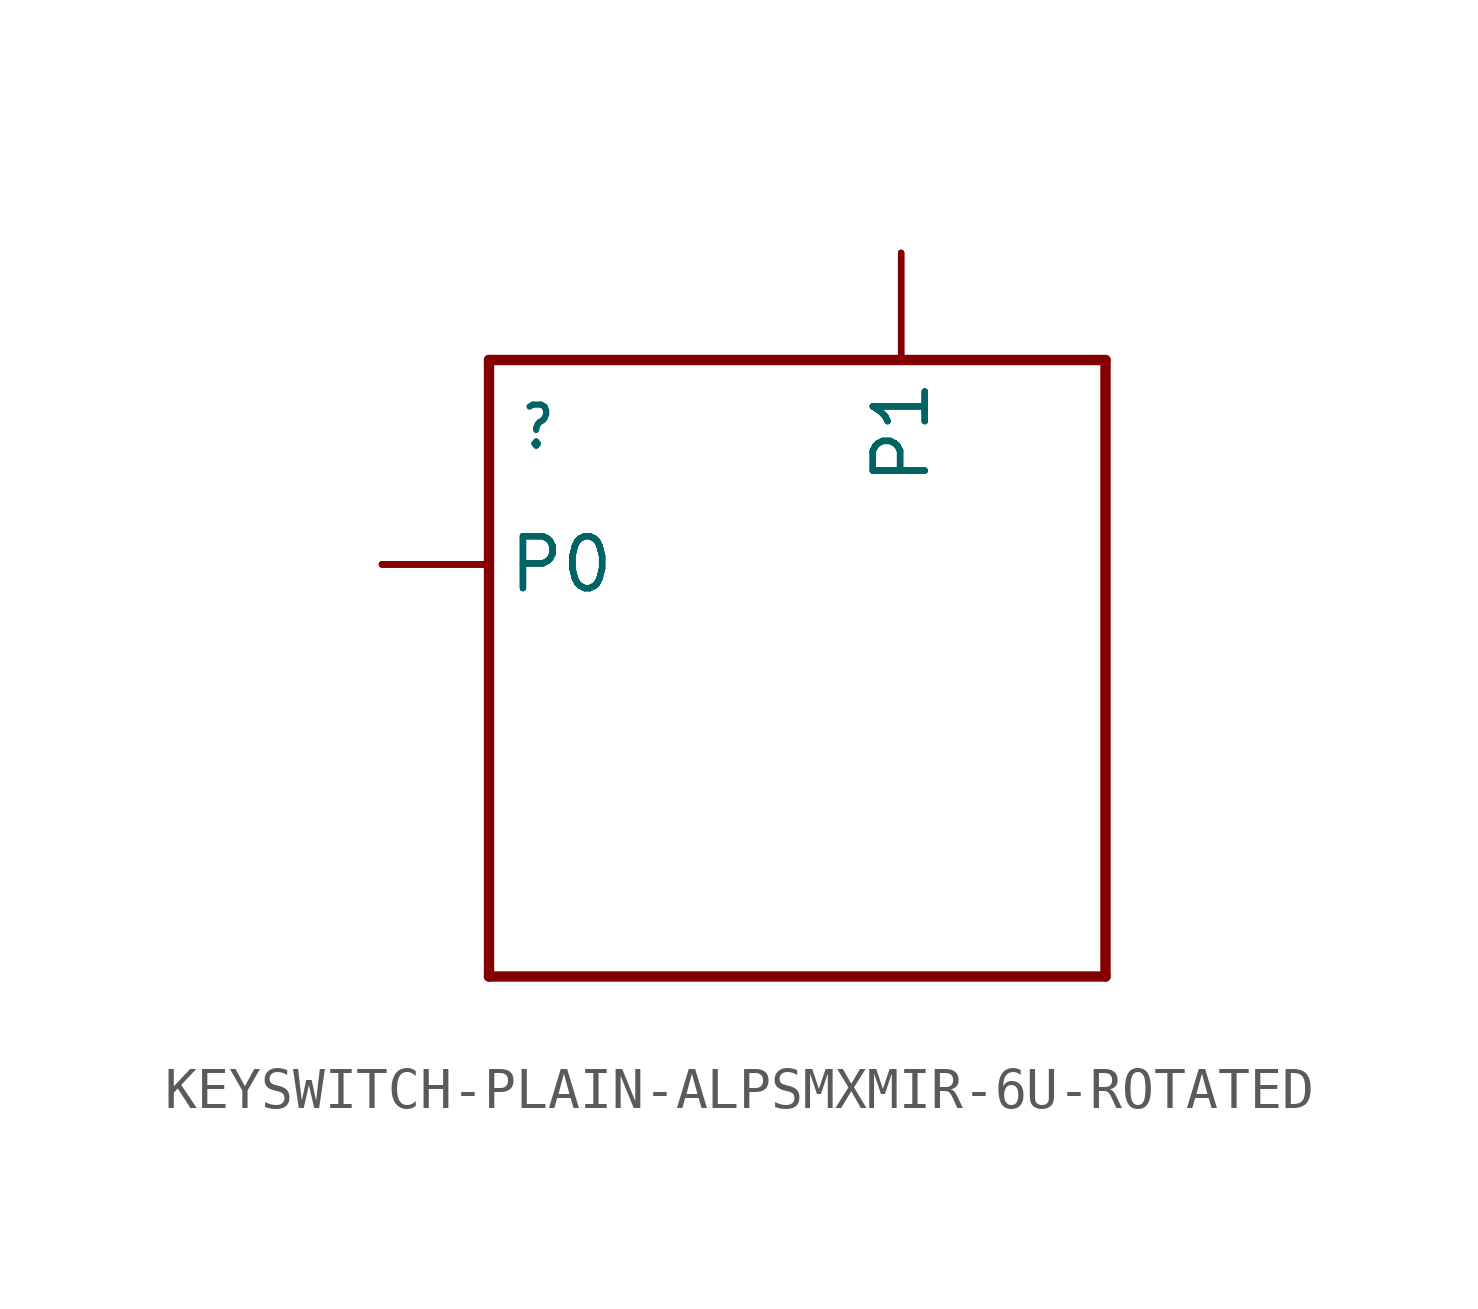
<source format=kicad_sym>
(kicad_symbol_lib
  (version 20211014)
  (generator kicad_symbol_editor)
  (symbol "KEYSWITCH-PLAIN-ALPSMXMIR-6U-ROTATED"
    (property "Reference" ""
      (at -6.81 5.318 0)
      (effects (font (size 1 0.85)) (justify left bottom)))
    (property "ki_locked" ""
      (at 0 0 0)
      (effects (font (size 1.27 1.27))))
    (symbol "KEYSWITCH-PLAIN-ALPSMXMIR-6U-ROTATED_1_0"
      (polyline (pts (xy -7.54 -7.54) (xy -7.54 7.54)) (stroke (width 0.254) (type default) (color 0 0 0 0)) (fill (type none)))
      (polyline (pts (xy -7.54 7.54) (xy 7.54 7.54)) (stroke (width 0.254) (type default) (color 0 0 0 0)) (fill (type none)))
      (polyline (pts (xy 7.54 -7.54) (xy -7.54 -7.54)) (stroke (width 0.254) (type default) (color 0 0 0 0)) (fill (type none)))
      (polyline (pts (xy 7.54 7.54) (xy 7.54 -7.54)) (stroke (width 0.254) (type default) (color 0 0 0 0)) (fill (type none)))
      (pin bidirectional line (at -10.16 2.54 0) (length 2.54) (name "P0" (effects (font (size 1.27 1.27)))) (number "ALPS1" (effects (font (size 0 0)))))
      (pin bidirectional line (at 2.54 10.16 270) (length 2.54) (name "P1" (effects (font (size 1.27 1.27)))) (number "ALPS2" (effects (font (size 0 0)))))
      (pin bidirectional line (at -10.16 2.54 0) (length 2.54) (name "P0" (effects (font (size 1.27 1.27)))) (number "ALPS3" (effects (font (size 0 0)))))
      (pin bidirectional line (at 2.54 10.16 270) (length 2.54) (name "P1" (effects (font (size 1.27 1.27)))) (number "ALPS4" (effects (font (size 0 0)))))
      (pin bidirectional line (at -10.16 2.54 0) (length 2.54) (name "P0" (effects (font (size 1.27 1.27)))) (number "MX1" (effects (font (size 0 0)))))
      (pin bidirectional line (at 2.54 10.16 270) (length 2.54) (name "P1" (effects (font (size 1.27 1.27)))) (number "MX2" (effects (font (size 0 0)))))
      (pin bidirectional line (at -10.16 2.54 0) (length 2.54) (name "P0" (effects (font (size 1.27 1.27)))) (number "MX3" (effects (font (size 0 0)))))
      (pin bidirectional line (at 2.54 10.16 270) (length 2.54) (name "P1" (effects (font (size 1.27 1.27)))) (number "MX4" (effects (font (size 0 0))))))))
</source>
